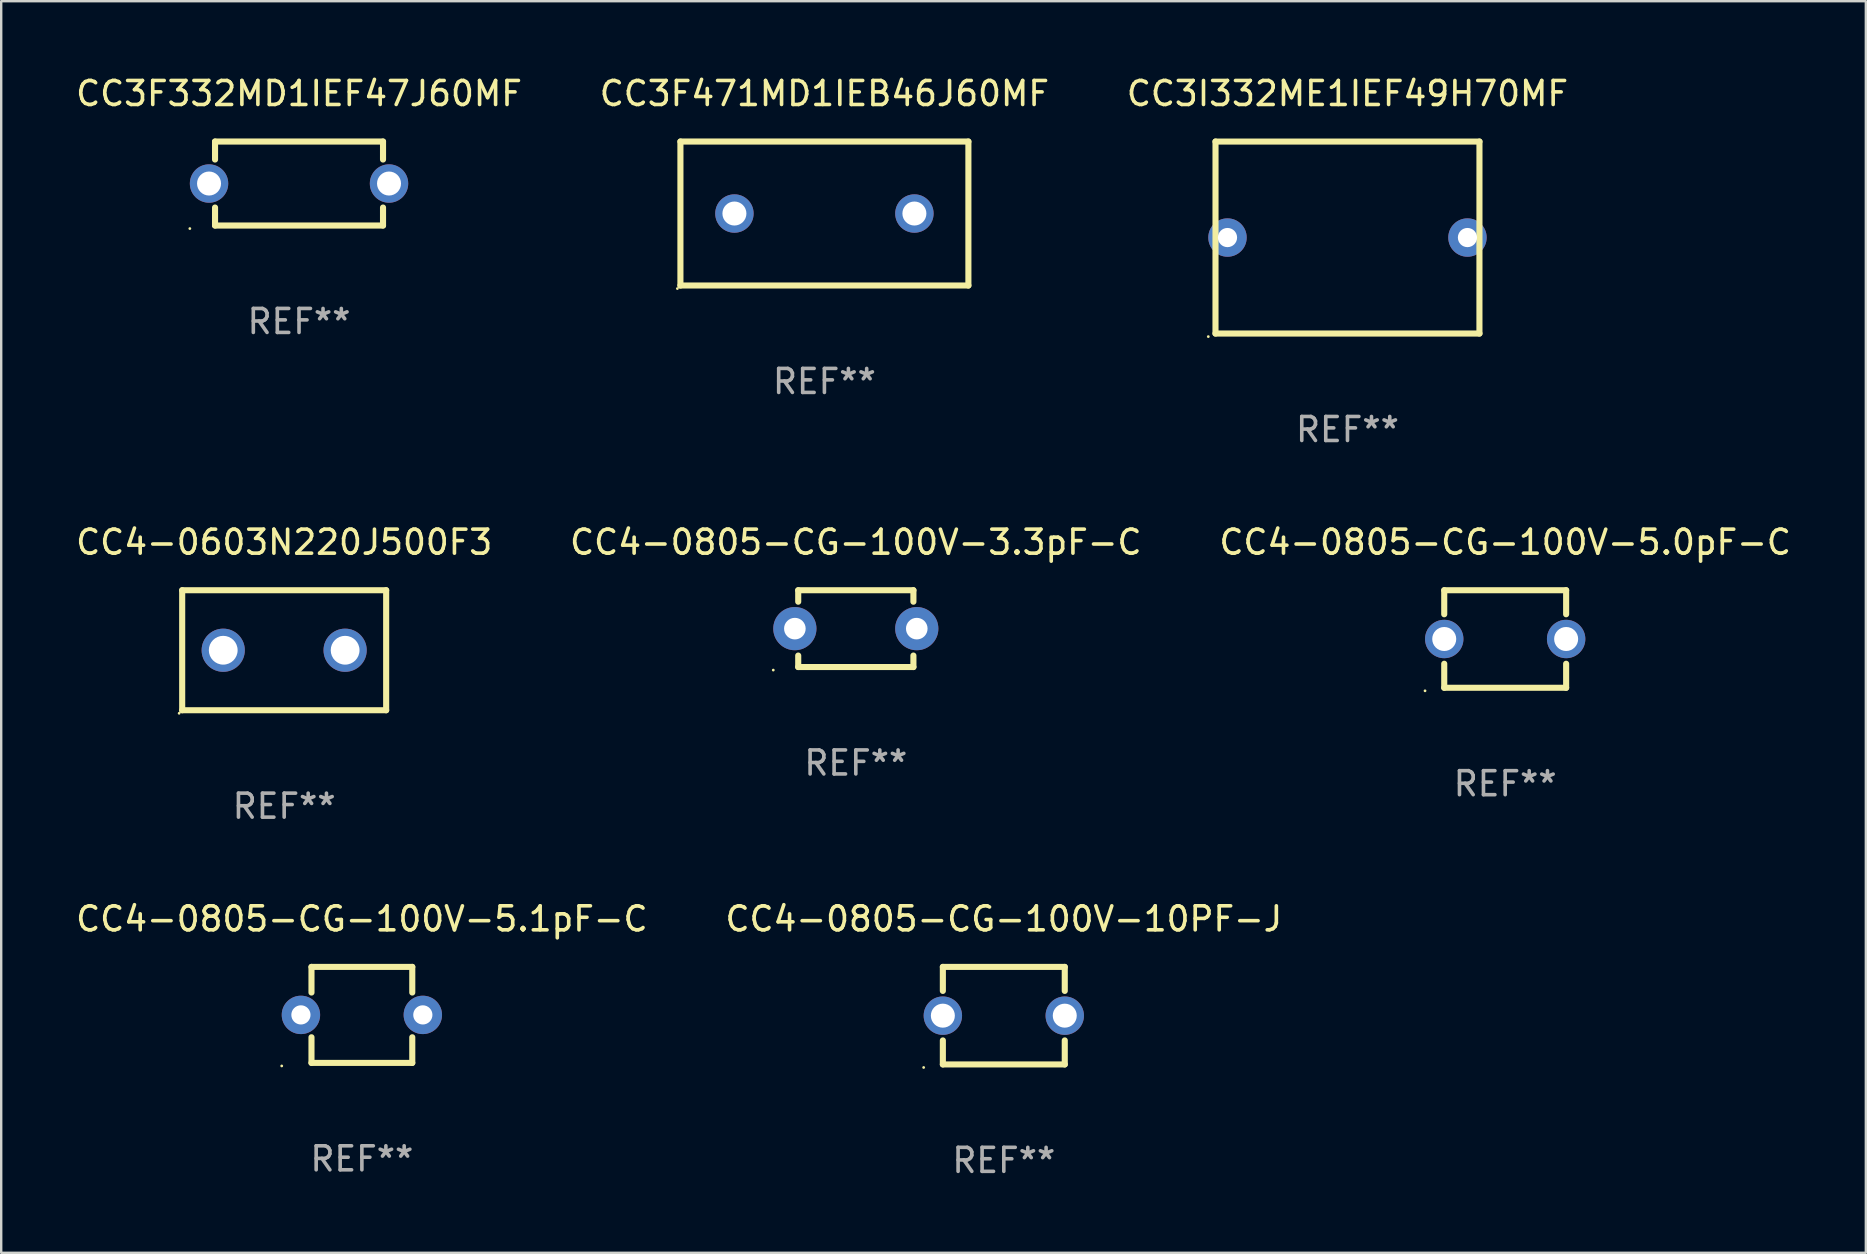
<source format=kicad_pcb>
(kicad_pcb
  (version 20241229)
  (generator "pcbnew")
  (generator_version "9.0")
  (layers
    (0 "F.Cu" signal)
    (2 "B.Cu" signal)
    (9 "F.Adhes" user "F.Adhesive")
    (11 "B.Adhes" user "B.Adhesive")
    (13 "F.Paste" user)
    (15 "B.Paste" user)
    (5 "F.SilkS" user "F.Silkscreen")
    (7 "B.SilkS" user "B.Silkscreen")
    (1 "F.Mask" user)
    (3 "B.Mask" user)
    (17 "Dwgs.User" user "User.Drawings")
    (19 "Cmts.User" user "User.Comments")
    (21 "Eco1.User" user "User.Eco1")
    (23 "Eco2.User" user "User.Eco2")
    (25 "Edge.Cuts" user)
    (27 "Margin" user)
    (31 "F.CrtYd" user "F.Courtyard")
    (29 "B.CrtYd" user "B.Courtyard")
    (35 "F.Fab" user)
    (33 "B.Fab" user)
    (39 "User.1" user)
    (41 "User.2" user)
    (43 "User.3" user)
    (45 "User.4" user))
  (footprint "CC4-0805-CG-100V-5.0pF-C"
    (layer "F.Cu")
    (at 59.673 23.578)
    (property "Reference" "CC4-0805-CG-100V-5.0pF-C" (at 0 -4.032 0) (layer "F.SilkS") (effects (font (size 1 1) (thickness 0.15))))
    (attr through_hole)
    (fp_line (start -2.54 -2.032) (end -2.54 -1.031) (stroke (width 0.254) (type solid)) (layer "F.SilkS"))
    (fp_line (start -2.54 -2.032) (end 2.54 -2.032) (stroke (width 0.254) (type solid)) (layer "F.SilkS"))
    (fp_line (start -2.54 1.031) (end -2.54 2.032) (stroke (width 0.254) (type solid)) (layer "F.SilkS"))
    (fp_line (start -2.54 2.032) (end 2.54 2.032) (stroke (width 0.254) (type solid)) (layer "F.SilkS"))
    (fp_line (start 2.54 -2.032) (end 2.54 -1.031) (stroke (width 0.254) (type solid)) (layer "F.SilkS"))
    (fp_line (start 2.54 1.031) (end 2.54 2.032) (stroke (width 0.254) (type solid)) (layer "F.SilkS"))
    (fp_circle (center -3.34 2.159) (end -3.31 2.159) (stroke (width 0.06) (type solid)) (fill no) (layer "F.SilkS"))
    (fp_text user "REF**" (at 0 6.032 0) (layer "F.Fab") (effects (font (size 1 1) (thickness 0.15))))
    (pad "1" thru_hole circle (at -2.54 0) (size 1.6 1.6) (drill 1) (layers "*.Cu" "*.Mask"))
    (pad "2" thru_hole circle (at 2.54 0) (size 1.6 1.6) (drill 1) (layers "*.Cu" "*.Mask")))
  (footprint "CC3F471MD1IEB46J60MF"
    (layer "F.Cu")
    (at 31.304 5.848)
    (property "Reference" "CC3F471MD1IEB46J60MF" (at 0 -5 0) (layer "F.SilkS") (effects (font (size 1 1) (thickness 0.15))))
    (attr through_hole)
    (fp_line (start -6 -3) (end 6 -3) (stroke (width 0.254) (type solid)) (layer "F.SilkS"))
    (fp_line (start -6 3) (end -6 -3) (stroke (width 0.254) (type solid)) (layer "F.SilkS"))
    (fp_line (start 6 -3) (end 6 3) (stroke (width 0.254) (type solid)) (layer "F.SilkS"))
    (fp_line (start 6 3) (end -6 3) (stroke (width 0.254) (type solid)) (layer "F.SilkS"))
    (fp_circle (center -6.127 3.127) (end -6.097 3.127) (stroke (width 0.06) (type solid)) (fill no) (layer "F.SilkS"))
    (fp_text user "REF**" (at 0 7 0) (layer "F.Fab") (effects (font (size 1 1) (thickness 0.15))))
    (pad "1" thru_hole circle (at -3.75 0) (size 1.6 1.6) (drill 1) (layers "*.Cu" "*.Mask"))
    (pad "2" thru_hole circle (at 3.75 0) (size 1.6 1.6) (drill 1) (layers "*.Cu" "*.Mask")))
  (footprint "CC4-0603N220J500F3"
    (layer "F.Cu")
    (at 8.792 24.046)
    (property "Reference" "CC4-0603N220J500F3" (at 0 -4.5 0) (layer "F.SilkS") (effects (font (size 1 1) (thickness 0.15))))
    (attr through_hole)
    (fp_line (start -4.25 -2.5) (end 4.25 -2.5) (stroke (width 0.254) (type solid)) (layer "F.SilkS"))
    (fp_line (start -4.25 2.5) (end -4.25 -2.5) (stroke (width 0.254) (type solid)) (layer "F.SilkS"))
    (fp_line (start 4.25 -2.5) (end 4.25 2.5) (stroke (width 0.254) (type solid)) (layer "F.SilkS"))
    (fp_line (start 4.25 2.5) (end -4.25 2.5) (stroke (width 0.254) (type solid)) (layer "F.SilkS"))
    (fp_circle (center -4.377 2.627) (end -4.347 2.627) (stroke (width 0.06) (type solid)) (fill no) (layer "F.SilkS"))
    (fp_text user "REF**" (at 0 6.5 0) (layer "F.Fab") (effects (font (size 1 1) (thickness 0.15))))
    (pad "1" thru_hole circle (at -2.54 0) (size 1.8 1.8) (drill 1.2) (layers "*.Cu" "*.Mask"))
    (pad "2" thru_hole circle (at 2.54 0) (size 1.8 1.8) (drill 1.2) (layers "*.Cu" "*.Mask")))
  (footprint "CC3I332ME1IEF49H70MF"
    (layer "F.Cu")
    (at 53.101 6.849)
    (property "Reference" "CC3I332ME1IEF49H70MF" (at 0 -6.001 0) (layer "F.SilkS") (effects (font (size 1 1) (thickness 0.15))))
    (attr through_hole)
    (fp_line (start -5.5 -4) (end 5.5 -4) (stroke (width 0.254) (type solid)) (layer "F.SilkS"))
    (fp_line (start -5.499 -4.001) (end -5.5 4) (stroke (width 0.254) (type solid)) (layer "F.SilkS"))
    (fp_line (start 5.5 -4) (end 5.499 4.001) (stroke (width 0.254) (type solid)) (layer "F.SilkS"))
    (fp_line (start 5.5 4) (end -5.5 4) (stroke (width 0.254) (type solid)) (layer "F.SilkS"))
    (fp_circle (center -5.8 4.128) (end -5.77 4.128) (stroke (width 0.06) (type solid)) (fill no) (layer "F.SilkS"))
    (fp_text user "REF**" (at 0 8.001 0) (layer "F.Fab") (effects (font (size 1 1) (thickness 0.15))))
    (pad "1" thru_hole circle (at -5 0) (size 1.6 1.6) (drill 0.8) (layers "*.Cu" "*.Mask"))
    (pad "2" thru_hole circle (at 5 0) (size 1.6 1.6) (drill 0.8) (layers "*.Cu" "*.Mask")))
  (footprint "CC4-0805-CG-100V-3.3pF-C"
    (layer "F.Cu")
    (at 32.613 23.146)
    (property "Reference" "CC4-0805-CG-100V-3.3pF-C" (at 0 -3.6 0) (layer "F.SilkS") (effects (font (size 1 1) (thickness 0.15))))
    (attr through_hole)
    (fp_line (start -2.4 -1.122) (end -2.4 -1.6) (stroke (width 0.254) (type solid)) (layer "F.SilkS"))
    (fp_line (start -2.4 1.6) (end -2.4 1.122) (stroke (width 0.254) (type solid)) (layer "F.SilkS"))
    (fp_line (start -2.4 -1.6) (end 2.4 -1.6) (stroke (width 0.254) (type solid)) (layer "F.SilkS"))
    (fp_line (start 2.4 1.6) (end -2.4 1.6) (stroke (width 0.254) (type solid)) (layer "F.SilkS"))
    (fp_line (start 2.4 -1.6) (end 2.4 -1.122) (stroke (width 0.254) (type solid)) (layer "F.SilkS"))
    (fp_line (start 2.4 1.122) (end 2.4 1.6) (stroke (width 0.254) (type solid)) (layer "F.SilkS"))
    (fp_circle (center -3.44 1.727) (end -3.41 1.727) (stroke (width 0.06) (type solid)) (fill no) (layer "F.SilkS"))
    (fp_text user "REF**" (at 0 5.6 0) (layer "F.Fab") (effects (font (size 1 1) (thickness 0.15))))
    (pad "1" thru_hole circle (at -2.54 0) (size 1.8 1.8) (drill 0.9) (layers "*.Cu" "*.Mask"))
    (pad "2" thru_hole circle (at 2.54 0) (size 1.8 1.8) (drill 0.9) (layers "*.Cu" "*.Mask")))
  (footprint "CC3F332MD1IEF47J60MF"
    (layer "F.Cu")
    (at 9.411 4.598)
    (property "Reference" "CC3F332MD1IEF47J60MF" (at 0 -3.75 0) (layer "F.SilkS") (effects (font (size 1 1) (thickness 0.15))))
    (attr through_hole)
    (fp_line (start -3.5 -1.75) (end -3.5 -1) (stroke (width 0.254) (type solid)) (layer "F.SilkS"))
    (fp_line (start -3.5 -1.75) (end 3.5 -1.75) (stroke (width 0.254) (type solid)) (layer "F.SilkS"))
    (fp_line (start -3.5 1) (end -3.5 1.75) (stroke (width 0.254) (type solid)) (layer "F.SilkS"))
    (fp_line (start 3.5 -1.75) (end 3.5 -1) (stroke (width 0.254) (type solid)) (layer "F.SilkS"))
    (fp_line (start 3.5 1) (end 3.5 1.75) (stroke (width 0.254) (type solid)) (layer "F.SilkS"))
    (fp_line (start 3.5 1.75) (end -3.5 1.75) (stroke (width 0.254) (type solid)) (layer "F.SilkS"))
    (fp_circle (center -4.55 1.877) (end -4.52 1.877) (stroke (width 0.06) (type solid)) (fill no) (layer "F.SilkS"))
    (fp_text user "REF**" (at 0 5.75 0) (layer "F.Fab") (effects (font (size 1 1) (thickness 0.15))))
    (pad "1" thru_hole circle (at -3.75 -0.000038) (size 1.6 1.6) (drill 1) (layers "*.Cu" "*.Mask"))
    (pad "2" thru_hole circle (at 3.75 -0.000038) (size 1.6 1.6) (drill 1) (layers "*.Cu" "*.Mask")))
  (footprint "CC4-0805-CG-100V-10PF-J"
    (layer "F.Cu")
    (at 38.78 39.274)
    (property "Reference" "CC4-0805-CG-100V-10PF-J" (at 0 -4.032 0) (layer "F.SilkS") (effects (font (size 1 1) (thickness 0.15))))
    (attr through_hole)
    (fp_line (start -2.54 -2.032) (end -2.54 -1.031) (stroke (width 0.254) (type solid)) (layer "F.SilkS"))
    (fp_line (start -2.54 -2.032) (end 2.54 -2.032) (stroke (width 0.254) (type solid)) (layer "F.SilkS"))
    (fp_line (start -2.54 1.031) (end -2.54 2.032) (stroke (width 0.254) (type solid)) (layer "F.SilkS"))
    (fp_line (start -2.54 2.032) (end 2.54 2.032) (stroke (width 0.254) (type solid)) (layer "F.SilkS"))
    (fp_line (start 2.54 -2.032) (end 2.54 -1.031) (stroke (width 0.254) (type solid)) (layer "F.SilkS"))
    (fp_line (start 2.54 1.031) (end 2.54 2.032) (stroke (width 0.254) (type solid)) (layer "F.SilkS"))
    (fp_circle (center -3.34 2.159) (end -3.31 2.159) (stroke (width 0.06) (type solid)) (fill no) (layer "F.SilkS"))
    (fp_text user "REF**" (at 0 6.032 0) (layer "F.Fab") (effects (font (size 1 1) (thickness 0.15))))
    (pad "1" thru_hole circle (at -2.54 0) (size 1.6 1.6) (drill 1) (layers "*.Cu" "*.Mask"))
    (pad "2" thru_hole circle (at 2.54 0) (size 1.6 1.6) (drill 1) (layers "*.Cu" "*.Mask")))
  (footprint "CC4-0805-CG-100V-5.1pF-C"
    (layer "F.Cu")
    (at 12.03 39.242)
    (property "Reference" "CC4-0805-CG-100V-5.1pF-C" (at 0 -4 0) (layer "F.SilkS") (effects (font (size 1 1) (thickness 0.15))))
    (attr through_hole)
    (fp_line (start -2.1 -2) (end -2.1 -0.932) (stroke (width 0.254) (type solid)) (layer "F.SilkS"))
    (fp_line (start -2.1 -2) (end 2.1 -2) (stroke (width 0.254) (type solid)) (layer "F.SilkS"))
    (fp_line (start -2.1 0.932) (end -2.1 2) (stroke (width 0.254) (type solid)) (layer "F.SilkS"))
    (fp_line (start -2.1 2) (end 2.1 2) (stroke (width 0.254) (type solid)) (layer "F.SilkS"))
    (fp_line (start 2.1 -2) (end 2.1 -0.932) (stroke (width 0.254) (type solid)) (layer "F.SilkS"))
    (fp_line (start 2.1 0.932) (end 2.1 2) (stroke (width 0.254) (type solid)) (layer "F.SilkS"))
    (fp_circle (center -3.34 2.127) (end -3.31 2.127) (stroke (width 0.06) (type solid)) (fill no) (layer "F.SilkS"))
    (fp_text user "REF**" (at 0 6 0) (layer "F.Fab") (effects (font (size 1 1) (thickness 0.15))))
    (pad "1" thru_hole circle (at -2.54 0) (size 1.6 1.6) (drill 0.8) (layers "*.Cu" "*.Mask"))
    (pad "2" thru_hole circle (at 2.54 0) (size 1.6 1.6) (drill 0.8) (layers "*.Cu" "*.Mask")))
  (gr_rect
    (start -3 -3)
    (end 74.702 49.155)
    (stroke (width 0.1) (type default))
    (fill no)
    (layer "Edge.Cuts")))
</source>
